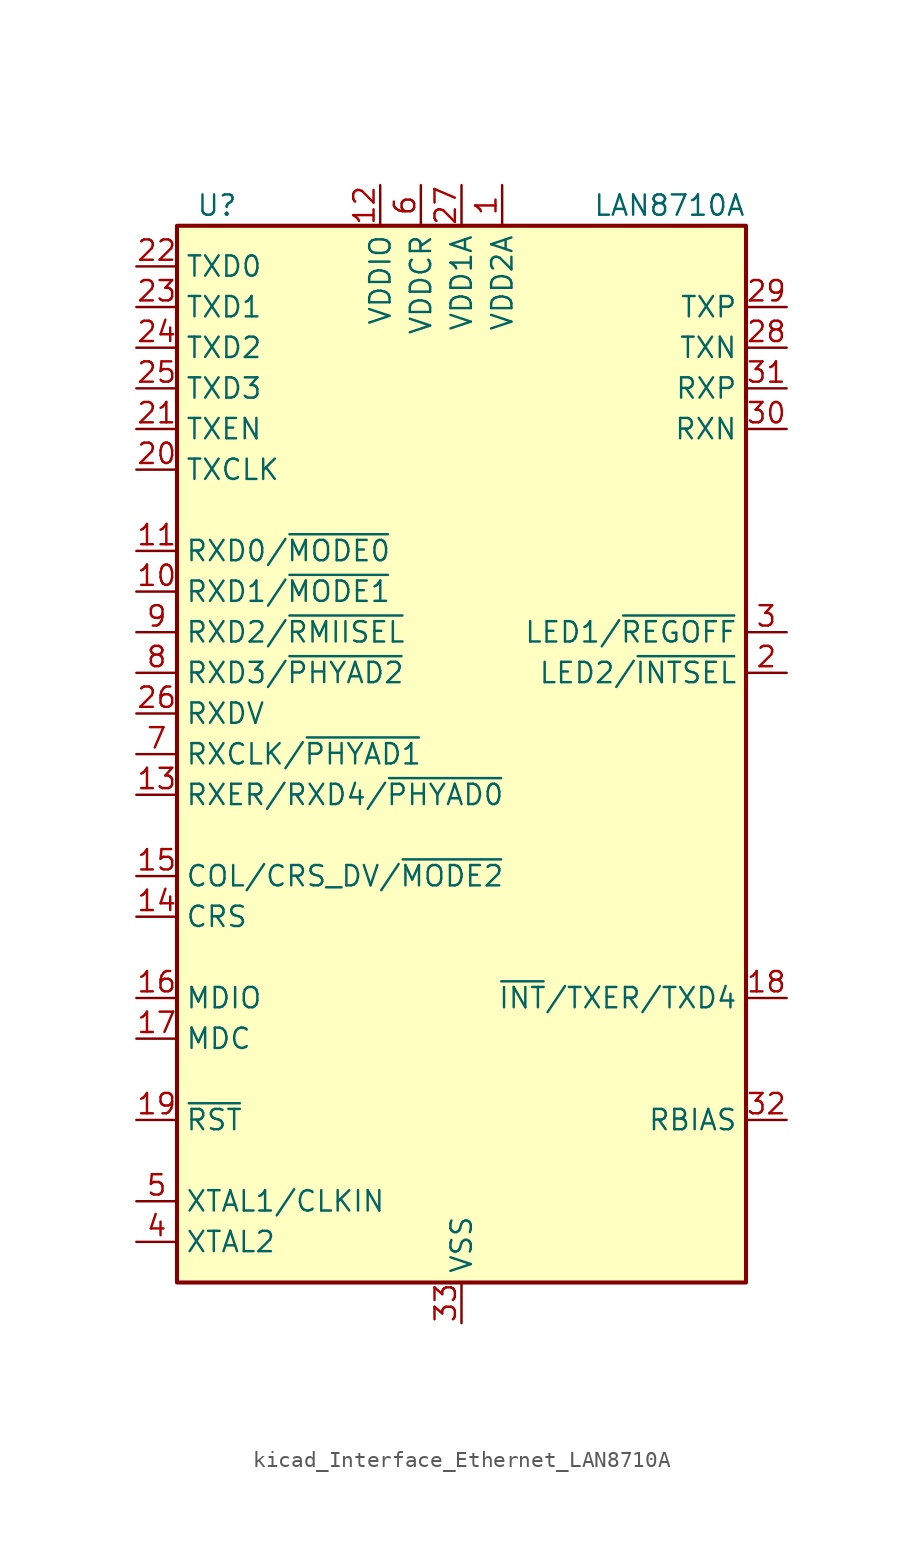
<source format=kicad_sym>
(kicad_symbol_lib
  (version 20220914)
  (generator kicad_symbol_editor)
  (symbol "kicad_Interface_Ethernet_LAN8710A"
    (property "Reference" "U"
      (at -13.97 34.29 0)
      (effects (font (size 1.27 1.27)) (justify right)))
    (property "Value" "LAN8710A"
      (at 17.78 34.29 0)
      (effects (font (size 1.27 1.27)) (justify right)))
    (symbol "kicad_Interface_Ethernet_LAN8710A_0_1"
      (rectangle (start -17.78 33.02) (end 17.78 -33.02) (stroke (width 0.254) (type default)) (fill (type background))))
    (symbol "kicad_Interface_Ethernet_LAN8710A_1_1"
      (pin power_in line (at 2.54 35.56 270) (length 2.54) (name "VDD2A" (effects (font (size 1.27 1.27)))) (number "1" (effects (font (size 1.27 1.27)))))
      (pin bidirectional line (at -20.32 10.16 0) (length 2.54) (name "RXD1/~{MODE1}" (effects (font (size 1.27 1.27)))) (number "10" (effects (font (size 1.27 1.27)))))
      (pin bidirectional line (at -20.32 12.7 0) (length 2.54) (name "RXD0/~{MODE0}" (effects (font (size 1.27 1.27)))) (number "11" (effects (font (size 1.27 1.27)))))
      (pin power_in line (at -5.08 35.56 270) (length 2.54) (name "VDDIO" (effects (font (size 1.27 1.27)))) (number "12" (effects (font (size 1.27 1.27)))))
      (pin bidirectional line (at -20.32 -2.54 0) (length 2.54) (name "RXER/RXD4/~{PHYAD0}" (effects (font (size 1.27 1.27)))) (number "13" (effects (font (size 1.27 1.27)))))
      (pin output line (at -20.32 -10.16 0) (length 2.54) (name "CRS" (effects (font (size 1.27 1.27)))) (number "14" (effects (font (size 1.27 1.27)))))
      (pin bidirectional line (at -20.32 -7.62 0) (length 2.54) (name "COL/CRS_DV/~{MODE2}" (effects (font (size 1.27 1.27)))) (number "15" (effects (font (size 1.27 1.27)))))
      (pin bidirectional line (at -20.32 -15.24 0) (length 2.54) (name "MDIO" (effects (font (size 1.27 1.27)))) (number "16" (effects (font (size 1.27 1.27)))))
      (pin input line (at -20.32 -17.78 0) (length 2.54) (name "MDC" (effects (font (size 1.27 1.27)))) (number "17" (effects (font (size 1.27 1.27)))))
      (pin bidirectional line (at 20.32 -15.24 180) (length 2.54) (name "~{INT}/TXER/TXD4" (effects (font (size 1.27 1.27)))) (number "18" (effects (font (size 1.27 1.27)))))
      (pin input line (at -20.32 -22.86 0) (length 2.54) (name "~{RST}" (effects (font (size 1.27 1.27)))) (number "19" (effects (font (size 1.27 1.27)))))
      (pin bidirectional line (at 20.32 5.08 180) (length 2.54) (name "LED2/~{INTSEL}" (effects (font (size 1.27 1.27)))) (number "2" (effects (font (size 1.27 1.27)))))
      (pin output line (at -20.32 17.78 0) (length 2.54) (name "TXCLK" (effects (font (size 1.27 1.27)))) (number "20" (effects (font (size 1.27 1.27)))))
      (pin input line (at -20.32 20.32 0) (length 2.54) (name "TXEN" (effects (font (size 1.27 1.27)))) (number "21" (effects (font (size 1.27 1.27)))))
      (pin input line (at -20.32 30.48 0) (length 2.54) (name "TXD0" (effects (font (size 1.27 1.27)))) (number "22" (effects (font (size 1.27 1.27)))))
      (pin input line (at -20.32 27.94 0) (length 2.54) (name "TXD1" (effects (font (size 1.27 1.27)))) (number "23" (effects (font (size 1.27 1.27)))))
      (pin input line (at -20.32 25.4 0) (length 2.54) (name "TXD2" (effects (font (size 1.27 1.27)))) (number "24" (effects (font (size 1.27 1.27)))))
      (pin input line (at -20.32 22.86 0) (length 2.54) (name "TXD3" (effects (font (size 1.27 1.27)))) (number "25" (effects (font (size 1.27 1.27)))))
      (pin output line (at -20.32 2.54 0) (length 2.54) (name "RXDV" (effects (font (size 1.27 1.27)))) (number "26" (effects (font (size 1.27 1.27)))))
      (pin power_in line (at 0 35.56 270) (length 2.54) (name "VDD1A" (effects (font (size 1.27 1.27)))) (number "27" (effects (font (size 1.27 1.27)))))
      (pin bidirectional line (at 20.32 25.4 180) (length 2.54) (name "TXN" (effects (font (size 1.27 1.27)))) (number "28" (effects (font (size 1.27 1.27)))))
      (pin bidirectional line (at 20.32 27.94 180) (length 2.54) (name "TXP" (effects (font (size 1.27 1.27)))) (number "29" (effects (font (size 1.27 1.27)))))
      (pin bidirectional line (at 20.32 7.62 180) (length 2.54) (name "LED1/~{REGOFF}" (effects (font (size 1.27 1.27)))) (number "3" (effects (font (size 1.27 1.27)))))
      (pin bidirectional line (at 20.32 20.32 180) (length 2.54) (name "RXN" (effects (font (size 1.27 1.27)))) (number "30" (effects (font (size 1.27 1.27)))))
      (pin bidirectional line (at 20.32 22.86 180) (length 2.54) (name "RXP" (effects (font (size 1.27 1.27)))) (number "31" (effects (font (size 1.27 1.27)))))
      (pin passive line (at 20.32 -22.86 180) (length 2.54) (name "RBIAS" (effects (font (size 1.27 1.27)))) (number "32" (effects (font (size 1.27 1.27)))))
      (pin power_in line (at 0 -35.56 90) (length 2.54) (name "VSS" (effects (font (size 1.27 1.27)))) (number "33" (effects (font (size 1.27 1.27)))))
      (pin output line (at -20.32 -30.48 0) (length 2.54) (name "XTAL2" (effects (font (size 1.27 1.27)))) (number "4" (effects (font (size 1.27 1.27)))))
      (pin input line (at -20.32 -27.94 0) (length 2.54) (name "XTAL1/CLKIN" (effects (font (size 1.27 1.27)))) (number "5" (effects (font (size 1.27 1.27)))))
      (pin power_in line (at -2.54 35.56 270) (length 2.54) (name "VDDCR" (effects (font (size 1.27 1.27)))) (number "6" (effects (font (size 1.27 1.27)))))
      (pin bidirectional line (at -20.32 0 0) (length 2.54) (name "RXCLK/~{PHYAD1}" (effects (font (size 1.27 1.27)))) (number "7" (effects (font (size 1.27 1.27)))))
      (pin bidirectional line (at -20.32 5.08 0) (length 2.54) (name "RXD3/~{PHYAD2}" (effects (font (size 1.27 1.27)))) (number "8" (effects (font (size 1.27 1.27)))))
      (pin bidirectional line (at -20.32 7.62 0) (length 2.54) (name "RXD2/~{RMIISEL}" (effects (font (size 1.27 1.27)))) (number "9" (effects (font (size 1.27 1.27))))))))
</source>
